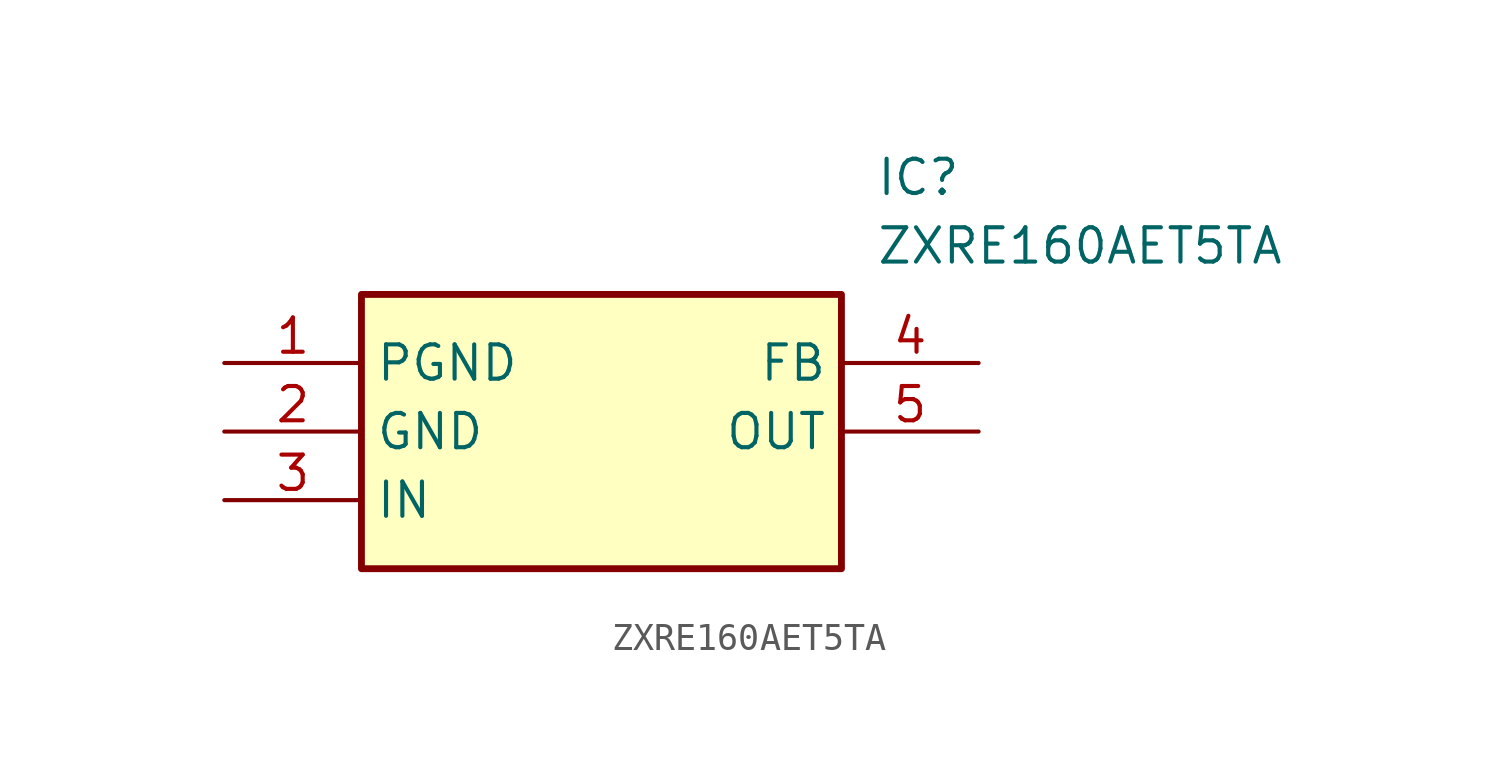
<source format=kicad_sym>
(kicad_symbol_lib
  (version 20211014)
  (generator SamacSys_ECAD_Model)
  (symbol "ZXRE160AET5TA"
    (property "Reference" "IC"
      (at 24.13 7.62 0)
      (effects (font (size 1.27 1.27)) (justify left top)))
    (property "Value" "ZXRE160AET5TA"
      (at 24.13 5.08 0)
      (effects (font (size 1.27 1.27)) (justify left top)))
    (rectangle
      (start 5.08 2.54)
      (end 22.86 -7.62)
      (stroke (width 0.254) (type default))
      (fill (type background)))
    (pin passive line
      (at 0 0 0)
      (length 5.08)
      (name "PGND" (effects (font (size 1.27 1.27))))
      (number "1" (effects (font (size 1.27 1.27)))))
    (pin passive line
      (at 0 -2.54 0)
      (length 5.08)
      (name "GND" (effects (font (size 1.27 1.27))))
      (number "2" (effects (font (size 1.27 1.27)))))
    (pin passive line
      (at 0 -5.08 0)
      (length 5.08)
      (name "IN" (effects (font (size 1.27 1.27))))
      (number "3" (effects (font (size 1.27 1.27)))))
    (pin passive line
      (at 27.94 0 180)
      (length 5.08)
      (name "FB" (effects (font (size 1.27 1.27))))
      (number "4" (effects (font (size 1.27 1.27)))))
    (pin passive line
      (at 27.94 -2.54 180)
      (length 5.08)
      (name "OUT" (effects (font (size 1.27 1.27))))
      (number "5" (effects (font (size 1.27 1.27)))))))
</source>
